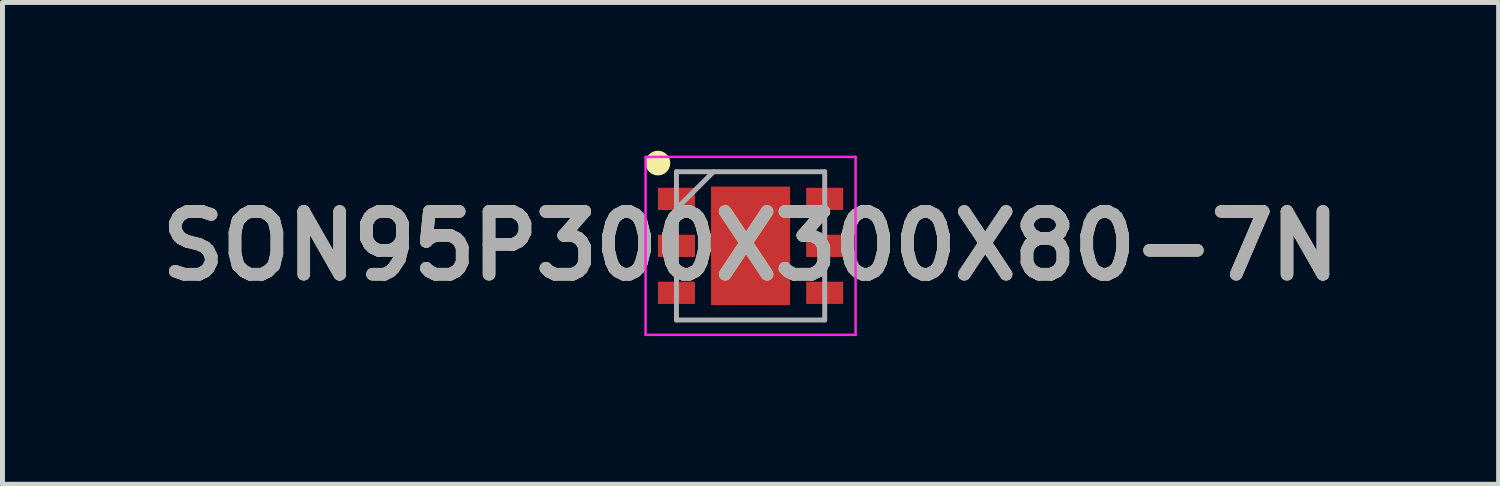
<source format=kicad_pcb>
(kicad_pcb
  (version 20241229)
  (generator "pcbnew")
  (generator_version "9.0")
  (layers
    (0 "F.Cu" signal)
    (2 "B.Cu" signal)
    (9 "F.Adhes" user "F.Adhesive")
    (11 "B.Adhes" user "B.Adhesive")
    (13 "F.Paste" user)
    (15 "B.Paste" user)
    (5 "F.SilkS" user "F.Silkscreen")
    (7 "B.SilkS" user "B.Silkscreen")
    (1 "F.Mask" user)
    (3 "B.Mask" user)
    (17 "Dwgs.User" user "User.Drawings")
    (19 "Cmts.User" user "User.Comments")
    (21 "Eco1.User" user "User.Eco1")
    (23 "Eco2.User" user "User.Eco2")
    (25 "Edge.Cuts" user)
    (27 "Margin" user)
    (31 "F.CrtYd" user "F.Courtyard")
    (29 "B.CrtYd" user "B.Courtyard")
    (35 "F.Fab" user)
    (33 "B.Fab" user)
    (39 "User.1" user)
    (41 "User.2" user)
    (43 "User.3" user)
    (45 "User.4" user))
  (footprint "SON95P300X300X80-7N"
    (layer "F.Cu")
    (at 12.138 1.925)
    (property "Reference" "SON95P300X300X80-7N" (at 0 0 0) (layer "F.SilkS") (effects (font (size 1.27 1.27) (thickness 0.254))))
    (attr smd)
    (fp_circle (center -1.875 -1.675) (end -1.875 -1.55) (stroke (width 0.25) (type solid)) (fill no) (layer "F.SilkS"))
    (fp_line (start -2.125 -1.8) (end 2.125 -1.8) (stroke (width 0.05) (type solid)) (layer "F.CrtYd"))
    (fp_line (start -2.125 1.8) (end -2.125 -1.8) (stroke (width 0.05) (type solid)) (layer "F.CrtYd"))
    (fp_line (start 2.125 -1.8) (end 2.125 1.8) (stroke (width 0.05) (type solid)) (layer "F.CrtYd"))
    (fp_line (start 2.125 1.8) (end -2.125 1.8) (stroke (width 0.05) (type solid)) (layer "F.CrtYd"))
    (fp_line (start -1.5 -1.5) (end 1.5 -1.5) (stroke (width 0.1) (type solid)) (layer "F.Fab"))
    (fp_line (start -1.5 -0.75) (end -0.75 -1.5) (stroke (width 0.1) (type solid)) (layer "F.Fab"))
    (fp_line (start -1.5 1.5) (end -1.5 -1.5) (stroke (width 0.1) (type solid)) (layer "F.Fab"))
    (fp_line (start 1.5 -1.5) (end 1.5 1.5) (stroke (width 0.1) (type solid)) (layer "F.Fab"))
    (fp_line (start 1.5 1.5) (end -1.5 1.5) (stroke (width 0.1) (type solid)) (layer "F.Fab"))
    (fp_text user "${REFERENCE}" (at 0 0 0) (layer "F.Fab") (effects (font (size 1.27 1.27) (thickness 0.254))))
    (pad "1" smd rect (at -1.5 -0.95 90) (size 0.45 0.75) (layers "F.Cu" "F.Mask" "F.Paste"))
    (pad "2" smd rect (at -1.5 0 90) (size 0.45 0.75) (layers "F.Cu" "F.Mask" "F.Paste"))
    (pad "3" smd rect (at -1.5 0.95 90) (size 0.45 0.75) (layers "F.Cu" "F.Mask" "F.Paste"))
    (pad "4" smd rect (at 1.5 0.95 90) (size 0.45 0.75) (layers "F.Cu" "F.Mask" "F.Paste"))
    (pad "5" smd rect (at 1.5 0 90) (size 0.45 0.75) (layers "F.Cu" "F.Mask" "F.Paste"))
    (pad "6" smd rect (at 1.5 -0.95 90) (size 0.45 0.75) (layers "F.Cu" "F.Mask" "F.Paste"))
    (pad "7" smd rect (at 0 0) (size 1.6 2.4) (layers "F.Cu" "F.Mask" "F.Paste")))
  (gr_rect
    (start -3 -3)
    (end 27.275 6.75)
    (stroke (width 0.1) (type default))
    (fill no)
    (layer "Edge.Cuts")))
</source>
